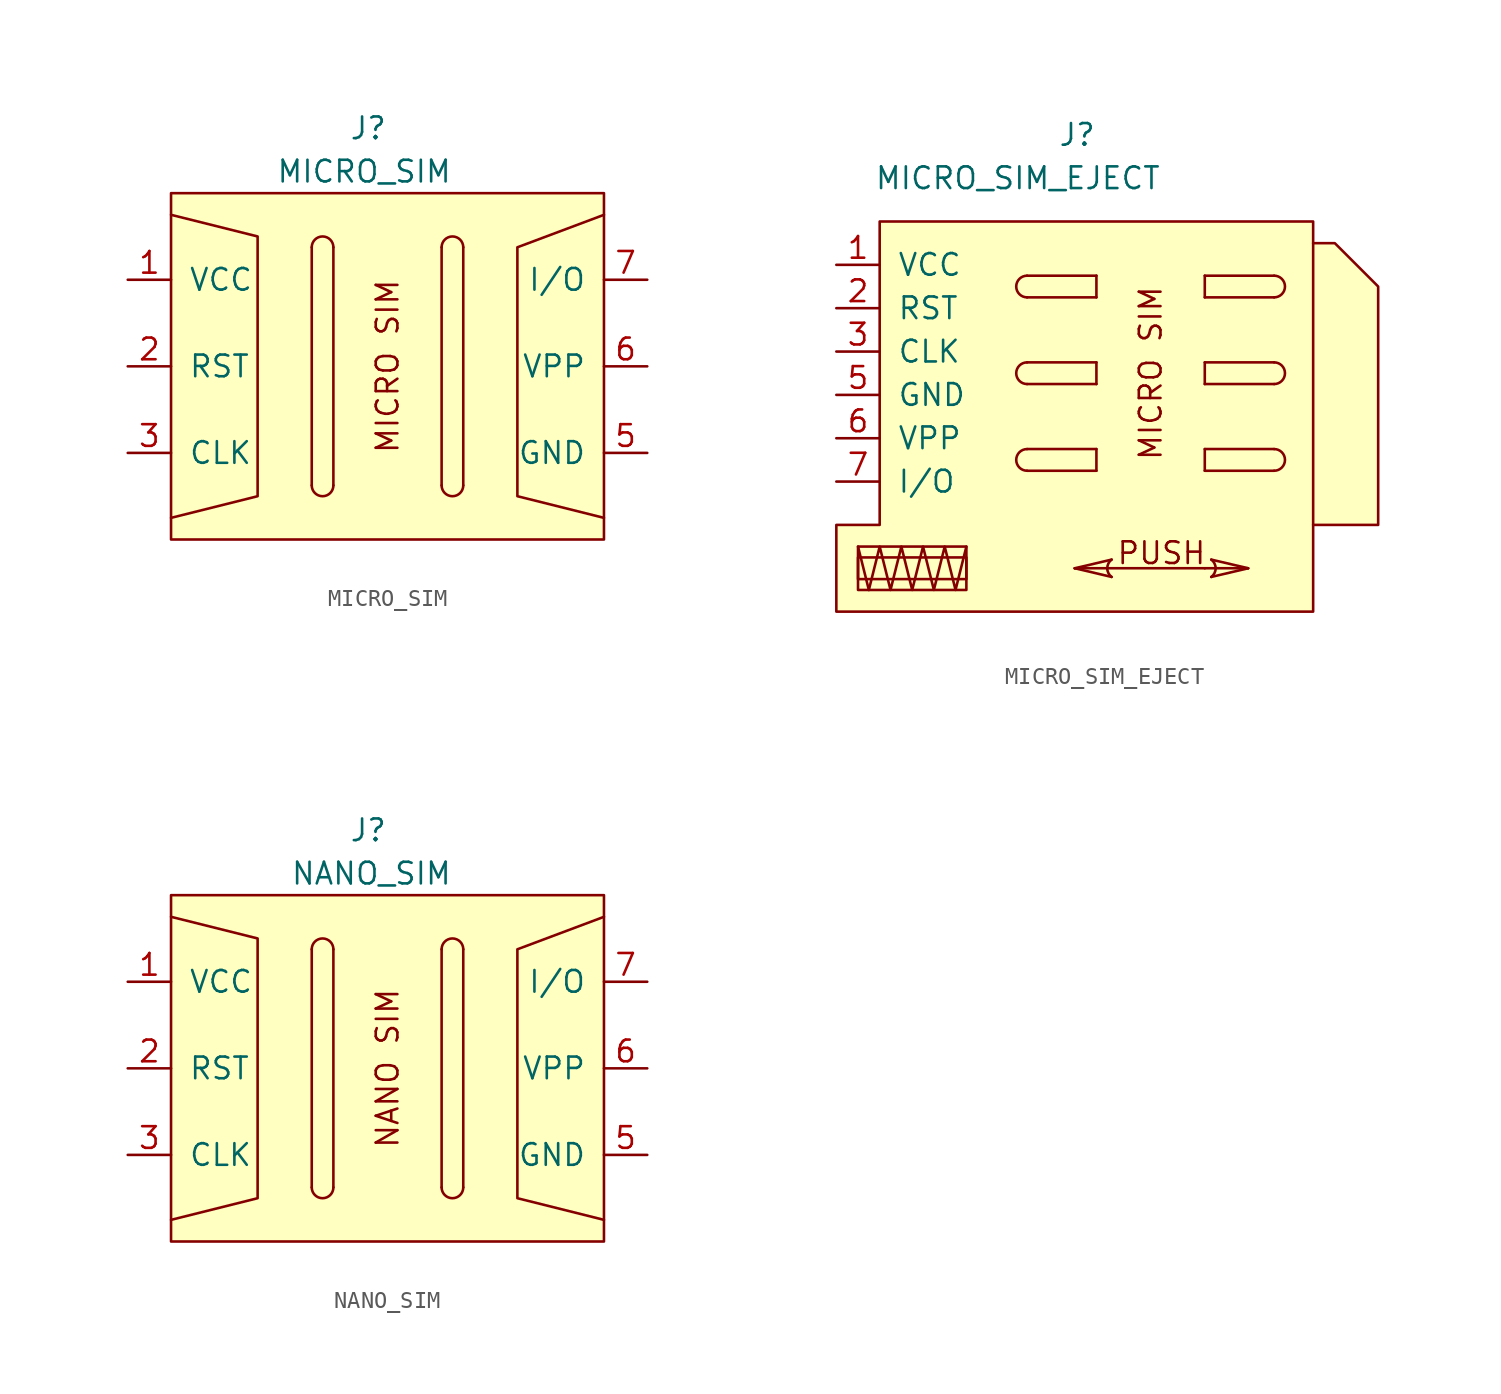
<source format=kicad_sym>
(kicad_symbol_lib
  (version 20201005)
  (generator kicad_symbol_editor)
  (symbol "MICRO_SIM"
    (pin_names
      (offset 1.016))
    (property "Reference" "J"
      (at 0 13.97 0)
      (effects (font (size 1.27 1.27)) (justify right)))
    (property "Value" "MICRO_SIM"
      (at 3.81 11.43 0)
      (effects (font (size 1.27 1.27)) (justify right)))
    (symbol "MICRO_SIM_0_0"
      (text "MICRO SIM" (at 0 0 900) (effects (font (size 1.27 1.27)))))
    (symbol "MICRO_SIM_0_1"
      (arc (start -4.445 -6.985) (end -3.175 -6.985) (radius (at -3.81 -6.985) (length 0.635) (angles -179.9 -0.1)) (stroke (width 0)) (fill (type none)))
      (rectangle (start -12.7 10.16) (end 12.7 -10.16) (stroke (width 0)) (fill (type background)))
      (polyline (pts (xy -4.445 -6.985) (xy -4.445 6.985)) (stroke (width 0)) (fill (type none)))
      (polyline (pts (xy -3.175 6.985) (xy -3.175 -6.985)) (stroke (width 0)) (fill (type none)))
      (polyline (pts (xy -12.7 8.89) (xy -7.62 7.62) (xy -7.62 -7.62) (xy -12.7 -8.89)) (stroke (width 0)) (fill (type none)))
      (polyline (pts (xy 12.7 8.89) (xy 7.62 6.985) (xy 7.62 -7.62) (xy 12.7 -8.89)) (stroke (width 0)) (fill (type none))))
    (symbol "MICRO_SIM_1_1"
      (arc (start -3.175 6.985) (end -4.445 6.985) (radius (at -3.81 6.985) (length 0.635) (angles 0.1 179.9)) (stroke (width 0)) (fill (type none)))
      (arc (start 3.175 -6.985) (end 4.445 -6.985) (radius (at 3.81 -6.985) (length 0.635) (angles -179.9 -0.1)) (stroke (width 0)) (fill (type none)))
      (arc (start 4.445 6.985) (end 3.175 6.985) (radius (at 3.81 6.985) (length 0.635) (angles 0.1 179.9)) (stroke (width 0)) (fill (type none)))
      (polyline (pts (xy 3.175 -6.985) (xy 3.175 6.985)) (stroke (width 0)) (fill (type none)))
      (polyline (pts (xy 4.445 6.985) (xy 4.445 -6.985)) (stroke (width 0)) (fill (type none)))
      (pin power_in line (at -15.24 5.08 0) (length 2.54) (name "VCC" (effects (font (size 1.27 1.27)))) (number "1" (effects (font (size 1.27 1.27)))))
      (pin input line (at -15.24 0 0) (length 2.54) (name "RST" (effects (font (size 1.27 1.27)))) (number "2" (effects (font (size 1.27 1.27)))))
      (pin input line (at -15.24 -5.08 0) (length 2.54) (name "CLK" (effects (font (size 1.27 1.27)))) (number "3" (effects (font (size 1.27 1.27)))))
      (pin power_in line (at 15.24 -5.08 180) (length 2.54) (name "GND" (effects (font (size 1.27 1.27)))) (number "5" (effects (font (size 1.27 1.27)))))
      (pin input line (at 15.24 0 180) (length 2.54) (name "VPP" (effects (font (size 1.27 1.27)))) (number "6" (effects (font (size 1.27 1.27)))))
      (pin bidirectional line (at 15.24 5.08 180) (length 2.54) (name "I/O" (effects (font (size 1.27 1.27)))) (number "7" (effects (font (size 1.27 1.27)))))))
  (symbol "MICRO_SIM_EJECT"
    (pin_names
      (offset 1.016))
    (property "Reference" "J"
      (at 0 13.97 0)
      (effects (font (size 1.27 1.27)) (justify right)))
    (property "Value" "MICRO_SIM_EJECT"
      (at 3.81 11.43 0)
      (effects (font (size 1.27 1.27)) (justify right)))
    (symbol "MICRO_SIM_EJECT_0_0"
      (arc (start 6.731 -10.922) (end 6.731 -11.938) (radius (at 6.35 -11.43) (length 0.635) (angles 53.1 -53.1)) (stroke (width 0)) (fill (type none)))
      (text "MICRO SIM" (at 3.175 0 900) (effects (font (size 1.27 1.27))))
      (text "PUSH" (at 3.81 -10.541 0) (effects (font (size 1.27 1.27))))
      (rectangle (start -13.97 -10.795) (end -7.62 -12.065) (stroke (width 0)) (fill (type none)))
      (rectangle (start -13.97 -10.16) (end -7.62 -12.7) (stroke (width 0)) (fill (type none)))
      (polyline (pts (xy -13.335 -12.7) (xy -13.97 -10.16)) (stroke (width 0)) (fill (type none)))
      (polyline (pts (xy -4.064 4.445) (xy 0 4.445)) (stroke (width 0)) (fill (type none)))
      (polyline (pts (xy -4.064 5.715) (xy 0 5.715)) (stroke (width 0)) (fill (type none)))
      (polyline (pts (xy -1.27 -11.43) (xy 6.35 -11.43)) (stroke (width 0)) (fill (type none)))
      (polyline (pts (xy 0 5.715) (xy 0 4.445)) (stroke (width 0)) (fill (type none)))
      (polyline (pts (xy 6.35 -11.43) (xy 8.89 -11.43)) (stroke (width 0)) (fill (type none)))
      (polyline (pts (xy 8.89 -11.43) (xy 6.731 -11.938)) (stroke (width 0)) (fill (type background)))
      (polyline (pts (xy 8.89 -11.43) (xy 6.731 -10.922)) (stroke (width 0)) (fill (type none)))
      (polyline (pts (xy 12.7 -8.89) (xy 16.51 -8.89) (xy 16.51 5.08) (xy 13.97 7.62) (xy 12.7 7.62)) (stroke (width 0)) (fill (type background)))
      (polyline (pts (xy -15.24 -13.97) (xy -15.24 -8.89) (xy -12.7 -8.89) (xy -12.7 8.89) (xy 12.7 8.89) (xy 12.7 -13.97) (xy -15.24 -13.97)) (stroke (width 0)) (fill (type background)))
      (polyline (pts (xy -13.335 -12.7) (xy -12.7 -10.16) (xy -12.065 -12.7) (xy -11.43 -10.16) (xy -10.795 -12.7) (xy -10.16 -10.16) (xy -9.525 -12.7) (xy -8.89 -10.16) (xy -8.255 -12.7) (xy -7.62 -10.16)) (stroke (width 0)) (fill (type none))))
    (symbol "MICRO_SIM_EJECT_1_1"
      (arc (start -4.064 -4.445) (end -4.064 -5.715) (radius (at -4.064 -5.08) (length 0.635) (angles 90.1 -90.1)) (stroke (width 0)) (fill (type none)))
      (arc (start -4.064 0.635) (end -4.064 -0.635) (radius (at -4.064 0) (length 0.635) (angles 90.1 -90.1)) (stroke (width 0)) (fill (type none)))
      (arc (start -4.064 5.715) (end -4.064 4.445) (radius (at -4.064 5.08) (length 0.635) (angles 90.1 -90.1)) (stroke (width 0)) (fill (type none)))
      (arc (start 0.889 -11.938) (end 0.889 -10.922) (radius (at 1.27 -11.43) (length 0.635) (angles -126.9 126.9)) (stroke (width 0)) (fill (type none)))
      (arc (start 10.414 -5.715) (end 10.414 -4.445) (radius (at 10.414 -5.08) (length 0.635) (angles -89.9 89.9)) (stroke (width 0)) (fill (type none)))
      (arc (start 10.414 -0.635) (end 10.414 0.635) (radius (at 10.414 0) (length 0.635) (angles -89.9 89.9)) (stroke (width 0)) (fill (type none)))
      (arc (start 10.414 4.445) (end 10.414 5.715) (radius (at 10.414 5.08) (length 0.635) (angles -89.9 89.9)) (stroke (width 0)) (fill (type none)))
      (polyline (pts (xy -4.064 -5.715) (xy 0 -5.715)) (stroke (width 0)) (fill (type none)))
      (polyline (pts (xy -4.064 -4.445) (xy 0 -4.445)) (stroke (width 0)) (fill (type none)))
      (polyline (pts (xy -4.064 -0.635) (xy 0 -0.635)) (stroke (width 0)) (fill (type none)))
      (polyline (pts (xy -4.064 0.635) (xy 0 0.635)) (stroke (width 0)) (fill (type none)))
      (polyline (pts (xy -1.27 -11.43) (xy 0.889 -11.938)) (stroke (width 0)) (fill (type none)))
      (polyline (pts (xy -1.27 -11.43) (xy 0.889 -10.922)) (stroke (width 0)) (fill (type none)))
      (polyline (pts (xy 0 -4.445) (xy 0 -5.715)) (stroke (width 0)) (fill (type none)))
      (polyline (pts (xy 0 0.635) (xy 0 -0.635)) (stroke (width 0)) (fill (type none)))
      (polyline (pts (xy 6.35 -5.715) (xy 6.35 -4.445)) (stroke (width 0)) (fill (type none)))
      (polyline (pts (xy 6.35 -0.635) (xy 6.35 0.635)) (stroke (width 0)) (fill (type none)))
      (polyline (pts (xy 6.35 4.445) (xy 6.35 5.715)) (stroke (width 0)) (fill (type none)))
      (polyline (pts (xy 10.414 -5.715) (xy 6.35 -5.715)) (stroke (width 0)) (fill (type none)))
      (polyline (pts (xy 10.414 -4.445) (xy 6.35 -4.445)) (stroke (width 0)) (fill (type none)))
      (polyline (pts (xy 10.414 -0.635) (xy 6.35 -0.635)) (stroke (width 0)) (fill (type none)))
      (polyline (pts (xy 10.414 0.635) (xy 6.35 0.635)) (stroke (width 0)) (fill (type none)))
      (polyline (pts (xy 10.414 4.445) (xy 6.35 4.445)) (stroke (width 0)) (fill (type none)))
      (polyline (pts (xy 10.414 5.715) (xy 6.35 5.715)) (stroke (width 0)) (fill (type none)))
      (pin power_in line (at -15.24 6.35 0) (length 2.54) (name "VCC" (effects (font (size 1.27 1.27)))) (number "1" (effects (font (size 1.27 1.27)))))
      (pin input line (at -15.24 3.81 0) (length 2.54) (name "RST" (effects (font (size 1.27 1.27)))) (number "2" (effects (font (size 1.27 1.27)))))
      (pin input line (at -15.24 1.27 0) (length 2.54) (name "CLK" (effects (font (size 1.27 1.27)))) (number "3" (effects (font (size 1.27 1.27)))))
      (pin power_in line (at -15.24 -1.27 0) (length 2.54) (name "GND" (effects (font (size 1.27 1.27)))) (number "5" (effects (font (size 1.27 1.27)))))
      (pin input line (at -15.24 -3.81 0) (length 2.54) (name "VPP" (effects (font (size 1.27 1.27)))) (number "6" (effects (font (size 1.27 1.27)))))
      (pin bidirectional line (at -15.24 -6.35 0) (length 2.54) (name "I/O" (effects (font (size 1.27 1.27)))) (number "7" (effects (font (size 1.27 1.27)))))))
  (symbol "NANO_SIM"
    (pin_names
      (offset 1.016))
    (property "Reference" "J"
      (at 0 13.97 0)
      (effects (font (size 1.27 1.27)) (justify right)))
    (property "Value" "NANO_SIM"
      (at 3.81 11.43 0)
      (effects (font (size 1.27 1.27)) (justify right)))
    (symbol "NANO_SIM_0_0"
      (text "NANO SIM" (at 0 0 900) (effects (font (size 1.27 1.27)))))
    (symbol "NANO_SIM_0_1"
      (arc (start -4.445 -6.985) (end -3.175 -6.985) (radius (at -3.81 -6.985) (length 0.635) (angles -179.9 -0.1)) (stroke (width 0)) (fill (type none)))
      (rectangle (start -12.7 10.16) (end 12.7 -10.16) (stroke (width 0)) (fill (type background)))
      (polyline (pts (xy -4.445 -6.985) (xy -4.445 6.985)) (stroke (width 0)) (fill (type none)))
      (polyline (pts (xy -3.175 6.985) (xy -3.175 -6.985)) (stroke (width 0)) (fill (type none)))
      (polyline (pts (xy -12.7 8.89) (xy -7.62 7.62) (xy -7.62 -7.62) (xy -12.7 -8.89)) (stroke (width 0)) (fill (type none)))
      (polyline (pts (xy 12.7 8.89) (xy 7.62 6.985) (xy 7.62 -7.62) (xy 12.7 -8.89)) (stroke (width 0)) (fill (type none))))
    (symbol "NANO_SIM_1_1"
      (arc (start -3.175 6.985) (end -4.445 6.985) (radius (at -3.81 6.985) (length 0.635) (angles 0.1 179.9)) (stroke (width 0)) (fill (type none)))
      (arc (start 3.175 -6.985) (end 4.445 -6.985) (radius (at 3.81 -6.985) (length 0.635) (angles -179.9 -0.1)) (stroke (width 0)) (fill (type none)))
      (arc (start 4.445 6.985) (end 3.175 6.985) (radius (at 3.81 6.985) (length 0.635) (angles 0.1 179.9)) (stroke (width 0)) (fill (type none)))
      (polyline (pts (xy 3.175 -6.985) (xy 3.175 6.985)) (stroke (width 0)) (fill (type none)))
      (polyline (pts (xy 4.445 6.985) (xy 4.445 -6.985)) (stroke (width 0)) (fill (type none)))
      (pin power_in line (at -15.24 5.08 0) (length 2.54) (name "VCC" (effects (font (size 1.27 1.27)))) (number "1" (effects (font (size 1.27 1.27)))))
      (pin input line (at -15.24 0 0) (length 2.54) (name "RST" (effects (font (size 1.27 1.27)))) (number "2" (effects (font (size 1.27 1.27)))))
      (pin input line (at -15.24 -5.08 0) (length 2.54) (name "CLK" (effects (font (size 1.27 1.27)))) (number "3" (effects (font (size 1.27 1.27)))))
      (pin power_in line (at 15.24 -5.08 180) (length 2.54) (name "GND" (effects (font (size 1.27 1.27)))) (number "5" (effects (font (size 1.27 1.27)))))
      (pin input line (at 15.24 0 180) (length 2.54) (name "VPP" (effects (font (size 1.27 1.27)))) (number "6" (effects (font (size 1.27 1.27)))))
      (pin bidirectional line (at 15.24 5.08 180) (length 2.54) (name "I/O" (effects (font (size 1.27 1.27)))) (number "7" (effects (font (size 1.27 1.27))))))))
</source>
